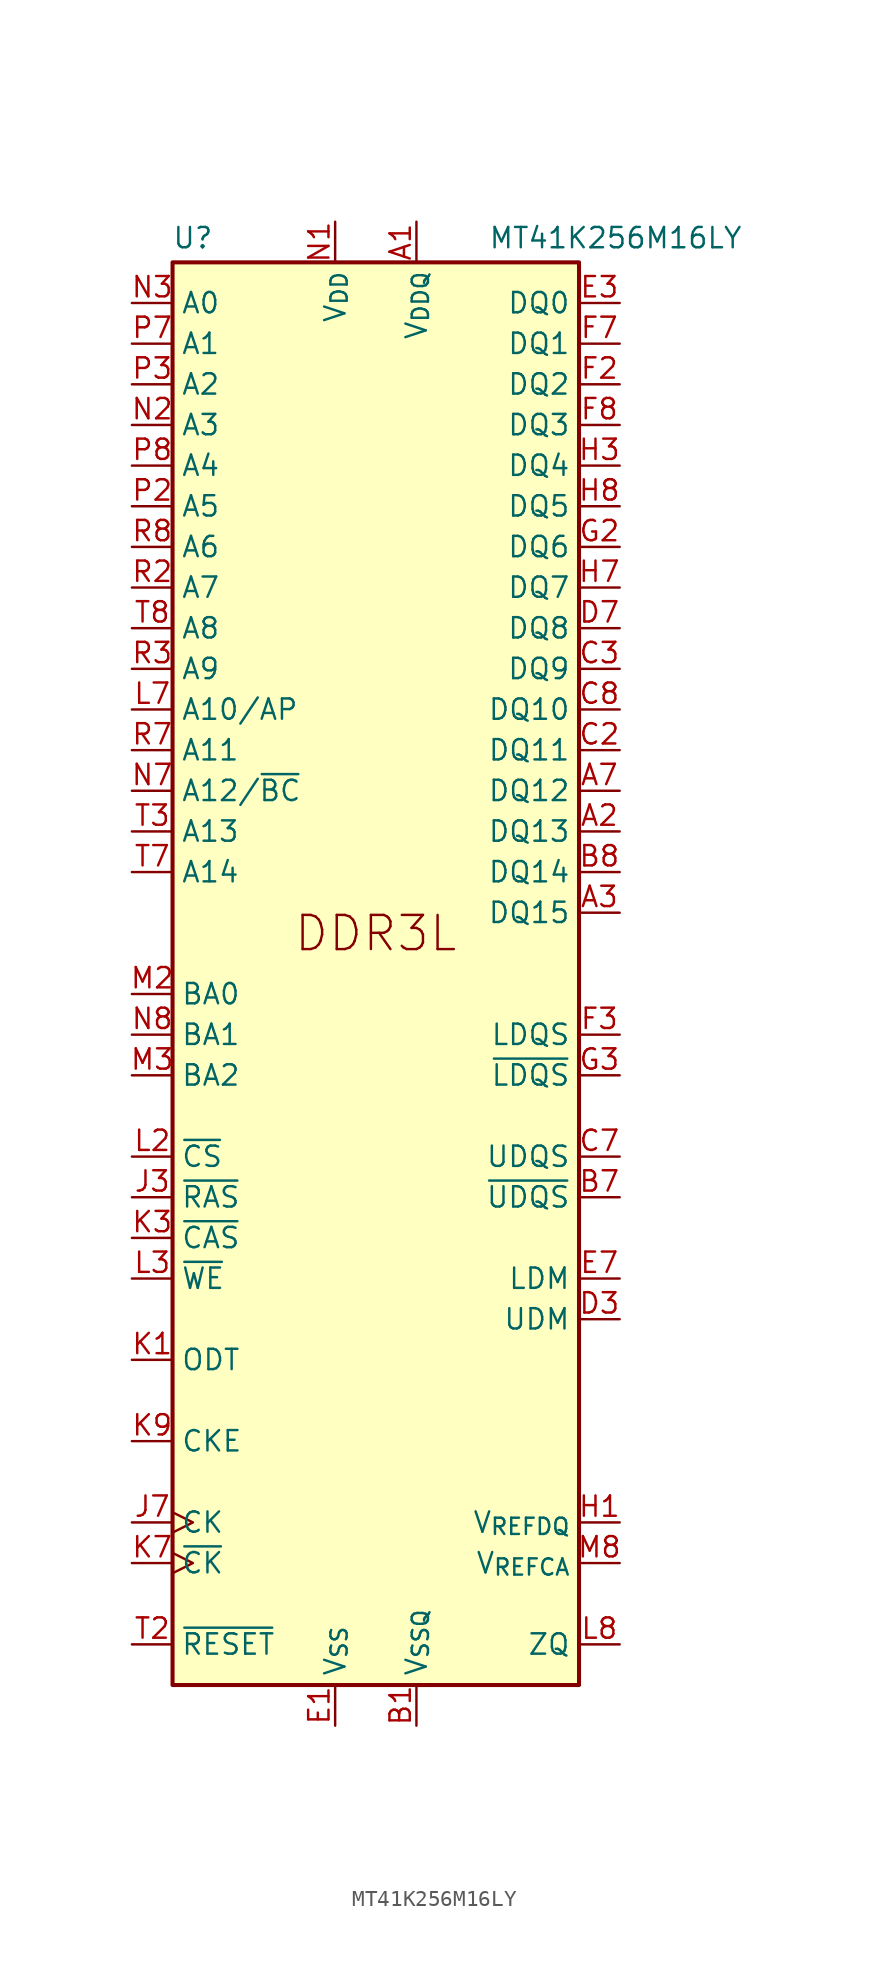
<source format=kicad_sym>
(kicad_symbol_lib
  (version 20241209)
  (generator "kicad_symbol_editor")
  (generator_version "9.0")
  (symbol "MT41K256M16LY"
    (property "Reference" "U"
      (at -11.43 44.704 0)
      (effects (font (size 1.27 1.27))))
    (property "Value" "MT41K256M16LY"
      (at 14.986 44.704 0)
      (effects (font (size 1.27 1.27))))
    (symbol "MT41K256M16LY_0_1"
      (pin input line (at -15.24 40.64 0) (length 2.54) (name "A0" (effects (font (size 1.27 1.27)))) (number "N3" (effects (font (size 1.27 1.27)))))
      (pin input line (at -15.24 38.1 0) (length 2.54) (name "A1" (effects (font (size 1.27 1.27)))) (number "P7" (effects (font (size 1.27 1.27)))))
      (pin input line (at -15.24 35.56 0) (length 2.54) (name "A2" (effects (font (size 1.27 1.27)))) (number "P3" (effects (font (size 1.27 1.27)))))
      (pin input line (at -15.24 33.02 0) (length 2.54) (name "A3" (effects (font (size 1.27 1.27)))) (number "N2" (effects (font (size 1.27 1.27)))))
      (pin input line (at -15.24 30.48 0) (length 2.54) (name "A4" (effects (font (size 1.27 1.27)))) (number "P8" (effects (font (size 1.27 1.27)))))
      (pin input line (at -15.24 27.94 0) (length 2.54) (name "A5" (effects (font (size 1.27 1.27)))) (number "P2" (effects (font (size 1.27 1.27)))))
      (pin input line (at -15.24 25.4 0) (length 2.54) (name "A6" (effects (font (size 1.27 1.27)))) (number "R8" (effects (font (size 1.27 1.27)))))
      (pin input line (at -15.24 22.86 0) (length 2.54) (name "A7" (effects (font (size 1.27 1.27)))) (number "R2" (effects (font (size 1.27 1.27)))))
      (pin input line (at -15.24 20.32 0) (length 2.54) (name "A8" (effects (font (size 1.27 1.27)))) (number "T8" (effects (font (size 1.27 1.27)))))
      (pin input line (at -15.24 17.78 0) (length 2.54) (name "A9" (effects (font (size 1.27 1.27)))) (number "R3" (effects (font (size 1.27 1.27)))))
      (pin input line (at -15.24 15.24 0) (length 2.54) (name "A10/AP" (effects (font (size 1.27 1.27)))) (number "L7" (effects (font (size 1.27 1.27)))))
      (pin input line (at -15.24 12.7 0) (length 2.54) (name "A11" (effects (font (size 1.27 1.27)))) (number "R7" (effects (font (size 1.27 1.27)))))
      (pin input line (at -15.24 7.62 0) (length 2.54) (name "A13" (effects (font (size 1.27 1.27)))) (number "T3" (effects (font (size 1.27 1.27)))))
      (pin input line (at -15.24 5.08 0) (length 2.54) (name "A14" (effects (font (size 1.27 1.27)))) (number "T7" (effects (font (size 1.27 1.27)))))
      (pin input line (at -15.24 -2.54 0) (length 2.54) (name "BA0" (effects (font (size 1.27 1.27)))) (number "M2" (effects (font (size 1.27 1.27)))))
      (pin input line (at -15.24 -5.08 0) (length 2.54) (name "BA1" (effects (font (size 1.27 1.27)))) (number "N8" (effects (font (size 1.27 1.27)))))
      (pin input line (at -15.24 -7.62 0) (length 2.54) (name "BA2" (effects (font (size 1.27 1.27)))) (number "M3" (effects (font (size 1.27 1.27)))))
      (pin input line (at -15.24 -25.4 0) (length 2.54) (name "ODT" (effects (font (size 1.27 1.27)))) (number "K1" (effects (font (size 1.27 1.27)))))
      (pin input line (at -15.24 -30.48 0) (length 2.54) (name "CKE" (effects (font (size 1.27 1.27)))) (number "K9" (effects (font (size 1.27 1.27)))))
      (pin input clock (at -15.24 -35.56 0) (length 2.54) (name "CK" (effects (font (size 1.27 1.27)))) (number "J7" (effects (font (size 1.27 1.27)))))
      (pin passive line (at -2.54 45.72 270) (length 2.54) (hide yes) (name "V_{DD}" (effects (font (size 1.27 1.27)))) (number "B2" (effects (font (size 1.27 1.27)))))
      (pin passive line (at -2.54 45.72 270) (length 2.54) (hide yes) (name "V_{DD}" (effects (font (size 1.27 1.27)))) (number "D9" (effects (font (size 1.27 1.27)))))
      (pin passive line (at -2.54 45.72 270) (length 2.54) (hide yes) (name "V_{DD}" (effects (font (size 1.27 1.27)))) (number "G7" (effects (font (size 1.27 1.27)))))
      (pin passive line (at -2.54 45.72 270) (length 2.54) (hide yes) (name "V_{DD}" (effects (font (size 1.27 1.27)))) (number "K2" (effects (font (size 1.27 1.27)))))
      (pin passive line (at -2.54 45.72 270) (length 2.54) (hide yes) (name "V_{DD}" (effects (font (size 1.27 1.27)))) (number "K8" (effects (font (size 1.27 1.27)))))
      (pin passive line (at -2.54 45.72 270) (length 2.54) (hide yes) (name "V_{DD}" (effects (font (size 1.27 1.27)))) (number "N9" (effects (font (size 1.27 1.27)))))
      (pin passive line (at -2.54 45.72 270) (length 2.54) (hide yes) (name "V_{DD}" (effects (font (size 1.27 1.27)))) (number "R1" (effects (font (size 1.27 1.27)))))
      (pin passive line (at -2.54 45.72 270) (length 2.54) (hide yes) (name "V_{DD}" (effects (font (size 1.27 1.27)))) (number "R9" (effects (font (size 1.27 1.27)))))
      (pin passive line (at -2.54 -48.26 90) (length 2.54) (hide yes) (name "V_{SS}" (effects (font (size 1.27 1.27)))) (number "A9" (effects (font (size 1.27 1.27)))))
      (pin passive line (at -2.54 -48.26 90) (length 2.54) (hide yes) (name "V_{SS}" (effects (font (size 1.27 1.27)))) (number "B3" (effects (font (size 1.27 1.27)))))
      (pin passive line (at -2.54 -48.26 90) (length 2.54) (hide yes) (name "V_{SS}" (effects (font (size 1.27 1.27)))) (number "G8" (effects (font (size 1.27 1.27)))))
      (pin passive line (at -2.54 -48.26 90) (length 2.54) (hide yes) (name "V_{SS}" (effects (font (size 1.27 1.27)))) (number "J2" (effects (font (size 1.27 1.27)))))
      (pin passive line (at -2.54 -48.26 90) (length 2.54) (hide yes) (name "V_{SS}" (effects (font (size 1.27 1.27)))) (number "J8" (effects (font (size 1.27 1.27)))))
      (pin passive line (at -2.54 -48.26 90) (length 2.54) (hide yes) (name "V_{SS}" (effects (font (size 1.27 1.27)))) (number "M1" (effects (font (size 1.27 1.27)))))
      (pin passive line (at -2.54 -48.26 90) (length 2.54) (hide yes) (name "V_{SS}" (effects (font (size 1.27 1.27)))) (number "M9" (effects (font (size 1.27 1.27)))))
      (pin passive line (at -2.54 -48.26 90) (length 2.54) (hide yes) (name "V_{SS}" (effects (font (size 1.27 1.27)))) (number "P1" (effects (font (size 1.27 1.27)))))
      (pin passive line (at -2.54 -48.26 90) (length 2.54) (hide yes) (name "V_{SS}" (effects (font (size 1.27 1.27)))) (number "P9" (effects (font (size 1.27 1.27)))))
      (pin passive line (at -2.54 -48.26 90) (length 2.54) (hide yes) (name "V_{SS}" (effects (font (size 1.27 1.27)))) (number "T1" (effects (font (size 1.27 1.27)))))
      (pin passive line (at -2.54 -48.26 90) (length 2.54) (hide yes) (name "V_{SS}" (effects (font (size 1.27 1.27)))) (number "T9" (effects (font (size 1.27 1.27)))))
      (pin passive line (at 2.54 45.72 270) (length 2.54) (hide yes) (name "V_{DDQ}" (effects (font (size 1.27 1.27)))) (number "A8" (effects (font (size 1.27 1.27)))))
      (pin passive line (at 2.54 45.72 270) (length 2.54) (hide yes) (name "V_{DDQ}" (effects (font (size 1.27 1.27)))) (number "C1" (effects (font (size 1.27 1.27)))))
      (pin passive line (at 2.54 45.72 270) (length 2.54) (hide yes) (name "V_{DDQ}" (effects (font (size 1.27 1.27)))) (number "C9" (effects (font (size 1.27 1.27)))))
      (pin passive line (at 2.54 45.72 270) (length 2.54) (hide yes) (name "V_{DDQ}" (effects (font (size 1.27 1.27)))) (number "D2" (effects (font (size 1.27 1.27)))))
      (pin passive line (at 2.54 45.72 270) (length 2.54) (hide yes) (name "V_{DDQ}" (effects (font (size 1.27 1.27)))) (number "E9" (effects (font (size 1.27 1.27)))))
      (pin passive line (at 2.54 45.72 270) (length 2.54) (hide yes) (name "V_{DDQ}" (effects (font (size 1.27 1.27)))) (number "F1" (effects (font (size 1.27 1.27)))))
      (pin passive line (at 2.54 45.72 270) (length 2.54) (hide yes) (name "V_{DDQ}" (effects (font (size 1.27 1.27)))) (number "H2" (effects (font (size 1.27 1.27)))))
      (pin passive line (at 2.54 45.72 270) (length 2.54) (hide yes) (name "V_{DDQ}" (effects (font (size 1.27 1.27)))) (number "H9" (effects (font (size 1.27 1.27)))))
      (pin passive line (at 2.54 -48.26 90) (length 2.54) (hide yes) (name "V_{SSQ}" (effects (font (size 1.27 1.27)))) (number "B9" (effects (font (size 1.27 1.27)))))
      (pin passive line (at 2.54 -48.26 90) (length 2.54) (hide yes) (name "V_{SSQ}" (effects (font (size 1.27 1.27)))) (number "D1" (effects (font (size 1.27 1.27)))))
      (pin passive line (at 2.54 -48.26 90) (length 2.54) (hide yes) (name "V_{SSQ}" (effects (font (size 1.27 1.27)))) (number "D8" (effects (font (size 1.27 1.27)))))
      (pin passive line (at 2.54 -48.26 90) (length 2.54) (hide yes) (name "V_{SSQ}" (effects (font (size 1.27 1.27)))) (number "E2" (effects (font (size 1.27 1.27)))))
      (pin passive line (at 2.54 -48.26 90) (length 2.54) (hide yes) (name "V_{SSQ}" (effects (font (size 1.27 1.27)))) (number "E8" (effects (font (size 1.27 1.27)))))
      (pin passive line (at 2.54 -48.26 90) (length 2.54) (hide yes) (name "V_{SSQ}" (effects (font (size 1.27 1.27)))) (number "F9" (effects (font (size 1.27 1.27)))))
      (pin passive line (at 2.54 -48.26 90) (length 2.54) (hide yes) (name "V_{SSQ}" (effects (font (size 1.27 1.27)))) (number "G1" (effects (font (size 1.27 1.27)))))
      (pin passive line (at 2.54 -48.26 90) (length 2.54) (hide yes) (name "V_{SSQ}" (effects (font (size 1.27 1.27)))) (number "G9" (effects (font (size 1.27 1.27)))))
      (pin no_connect line (at 12.7 0 180) (length 2.54) (hide yes) (name "NC" (effects (font (size 1.27 1.27)))) (number "M7" (effects (font (size 1.27 1.27)))))
      (pin no_connect line (at 12.7 -2.54 180) (length 2.54) (hide yes) (name "NC" (effects (font (size 1.27 1.27)))) (number "J1" (effects (font (size 1.27 1.27)))))
      (pin no_connect line (at 12.7 -25.4 180) (length 2.54) (hide yes) (name "NC" (effects (font (size 1.27 1.27)))) (number "J9" (effects (font (size 1.27 1.27)))))
      (pin no_connect line (at 12.7 -27.94 180) (length 2.54) (hide yes) (name "NC" (effects (font (size 1.27 1.27)))) (number "L9" (effects (font (size 1.27 1.27)))))
      (pin no_connect line (at 12.7 -30.48 180) (length 2.54) (hide yes) (name "NC" (effects (font (size 1.27 1.27)))) (number "L1" (effects (font (size 1.27 1.27)))))
      (pin bidirectional line (at 15.24 40.64 180) (length 2.54) (name "DQ0" (effects (font (size 1.27 1.27)))) (number "E3" (effects (font (size 1.27 1.27)))))
      (pin bidirectional line (at 15.24 38.1 180) (length 2.54) (name "DQ1" (effects (font (size 1.27 1.27)))) (number "F7" (effects (font (size 1.27 1.27)))))
      (pin bidirectional line (at 15.24 35.56 180) (length 2.54) (name "DQ2" (effects (font (size 1.27 1.27)))) (number "F2" (effects (font (size 1.27 1.27)))))
      (pin bidirectional line (at 15.24 33.02 180) (length 2.54) (name "DQ3" (effects (font (size 1.27 1.27)))) (number "F8" (effects (font (size 1.27 1.27)))))
      (pin bidirectional line (at 15.24 30.48 180) (length 2.54) (name "DQ4" (effects (font (size 1.27 1.27)))) (number "H3" (effects (font (size 1.27 1.27)))))
      (pin bidirectional line (at 15.24 27.94 180) (length 2.54) (name "DQ5" (effects (font (size 1.27 1.27)))) (number "H8" (effects (font (size 1.27 1.27)))))
      (pin bidirectional line (at 15.24 25.4 180) (length 2.54) (name "DQ6" (effects (font (size 1.27 1.27)))) (number "G2" (effects (font (size 1.27 1.27)))))
      (pin bidirectional line (at 15.24 22.86 180) (length 2.54) (name "DQ7" (effects (font (size 1.27 1.27)))) (number "H7" (effects (font (size 1.27 1.27)))))
      (pin bidirectional line (at 15.24 20.32 180) (length 2.54) (name "DQ8" (effects (font (size 1.27 1.27)))) (number "D7" (effects (font (size 1.27 1.27)))))
      (pin bidirectional line (at 15.24 17.78 180) (length 2.54) (name "DQ9" (effects (font (size 1.27 1.27)))) (number "C3" (effects (font (size 1.27 1.27)))))
      (pin bidirectional line (at 15.24 15.24 180) (length 2.54) (name "DQ10" (effects (font (size 1.27 1.27)))) (number "C8" (effects (font (size 1.27 1.27)))))
      (pin bidirectional line (at 15.24 12.7 180) (length 2.54) (name "DQ11" (effects (font (size 1.27 1.27)))) (number "C2" (effects (font (size 1.27 1.27)))))
      (pin bidirectional line (at 15.24 10.16 180) (length 2.54) (name "DQ12" (effects (font (size 1.27 1.27)))) (number "A7" (effects (font (size 1.27 1.27)))))
      (pin bidirectional line (at 15.24 7.62 180) (length 2.54) (name "DQ13" (effects (font (size 1.27 1.27)))) (number "A2" (effects (font (size 1.27 1.27)))))
      (pin bidirectional line (at 15.24 5.08 180) (length 2.54) (name "DQ14" (effects (font (size 1.27 1.27)))) (number "B8" (effects (font (size 1.27 1.27)))))
      (pin bidirectional line (at 15.24 2.54 180) (length 2.54) (name "DQ15" (effects (font (size 1.27 1.27)))) (number "A3" (effects (font (size 1.27 1.27)))))
      (pin bidirectional line (at 15.24 -5.08 180) (length 2.54) (name "LDQS" (effects (font (size 1.27 1.27)))) (number "F3" (effects (font (size 1.27 1.27)))))
      (pin bidirectional line (at 15.24 -12.7 180) (length 2.54) (name "UDQS" (effects (font (size 1.27 1.27)))) (number "C7" (effects (font (size 1.27 1.27)))))
      (pin input line (at 15.24 -20.32 180) (length 2.54) (name "LDM" (effects (font (size 1.27 1.27)))) (number "E7" (effects (font (size 1.27 1.27)))))
      (pin input line (at 15.24 -22.86 180) (length 2.54) (name "UDM" (effects (font (size 1.27 1.27)))) (number "D3" (effects (font (size 1.27 1.27)))))
      (pin passive line (at 15.24 -35.56 180) (length 2.54) (name "V_{REFDQ}" (effects (font (size 1.27 1.27)))) (number "H1" (effects (font (size 1.27 1.27)))))
      (pin passive line (at 15.24 -38.1 180) (length 2.54) (name "V_{REFCA}" (effects (font (size 1.27 1.27)))) (number "M8" (effects (font (size 1.27 1.27)))))
      (pin passive line (at 15.24 -43.18 180) (length 2.54) (name "ZQ" (effects (font (size 1.27 1.27)))) (number "L8" (effects (font (size 1.27 1.27))))))
    (symbol "MT41K256M16LY_1_1"
      (rectangle (start -12.7 43.18) (end 12.7 -45.72) (stroke (width 0.254) (type solid)) (fill (type background)))
      (text "DDR3L" (at 0 0 0) (effects (font (size 2.134 2.134)) (justify bottom)))
      (pin input line (at -15.24 10.16 0) (length 2.54) (name "A12/~{BC}" (effects (font (size 1.27 1.27)))) (number "N7" (effects (font (size 1.27 1.27)))))
      (pin input line (at -15.24 -12.7 0) (length 2.54) (name "~{CS}" (effects (font (size 1.27 1.27)))) (number "L2" (effects (font (size 1.27 1.27)))))
      (pin input line (at -15.24 -15.24 0) (length 2.54) (name "~{RAS}" (effects (font (size 1.27 1.27)))) (number "J3" (effects (font (size 1.27 1.27)))))
      (pin input line (at -15.24 -17.78 0) (length 2.54) (name "~{CAS}" (effects (font (size 1.27 1.27)))) (number "K3" (effects (font (size 1.27 1.27)))))
      (pin input line (at -15.24 -20.32 0) (length 2.54) (name "~{WE}" (effects (font (size 1.27 1.27)))) (number "L3" (effects (font (size 1.27 1.27)))))
      (pin input clock (at -15.24 -38.1 0) (length 2.54) (name "~{CK}" (effects (font (size 1.27 1.27)))) (number "K7" (effects (font (size 1.27 1.27)))))
      (pin input line (at -15.24 -43.18 0) (length 2.54) (name "~{RESET}" (effects (font (size 1.27 1.27)))) (number "T2" (effects (font (size 1.27 1.27)))))
      (pin power_in line (at -2.54 45.72 270) (length 2.54) (name "V_{DD}" (effects (font (size 1.27 1.27)))) (number "N1" (effects (font (size 1.27 1.27)))))
      (pin power_in line (at -2.54 -48.26 90) (length 2.54) (name "V_{SS}" (effects (font (size 1.27 1.27)))) (number "E1" (effects (font (size 1.27 1.27)))))
      (pin power_in line (at 2.54 45.72 270) (length 2.54) (name "V_{DDQ}" (effects (font (size 1.27 1.27)))) (number "A1" (effects (font (size 1.27 1.27)))))
      (pin power_in line (at 2.54 -48.26 90) (length 2.54) (name "V_{SSQ}" (effects (font (size 1.27 1.27)))) (number "B1" (effects (font (size 1.27 1.27)))))
      (pin bidirectional line (at 15.24 -7.62 180) (length 2.54) (name "~{LDQS}" (effects (font (size 1.27 1.27)))) (number "G3" (effects (font (size 1.27 1.27)))))
      (pin bidirectional line (at 15.24 -15.24 180) (length 2.54) (name "~{UDQS}" (effects (font (size 1.27 1.27)))) (number "B7" (effects (font (size 1.27 1.27))))))))
</source>
